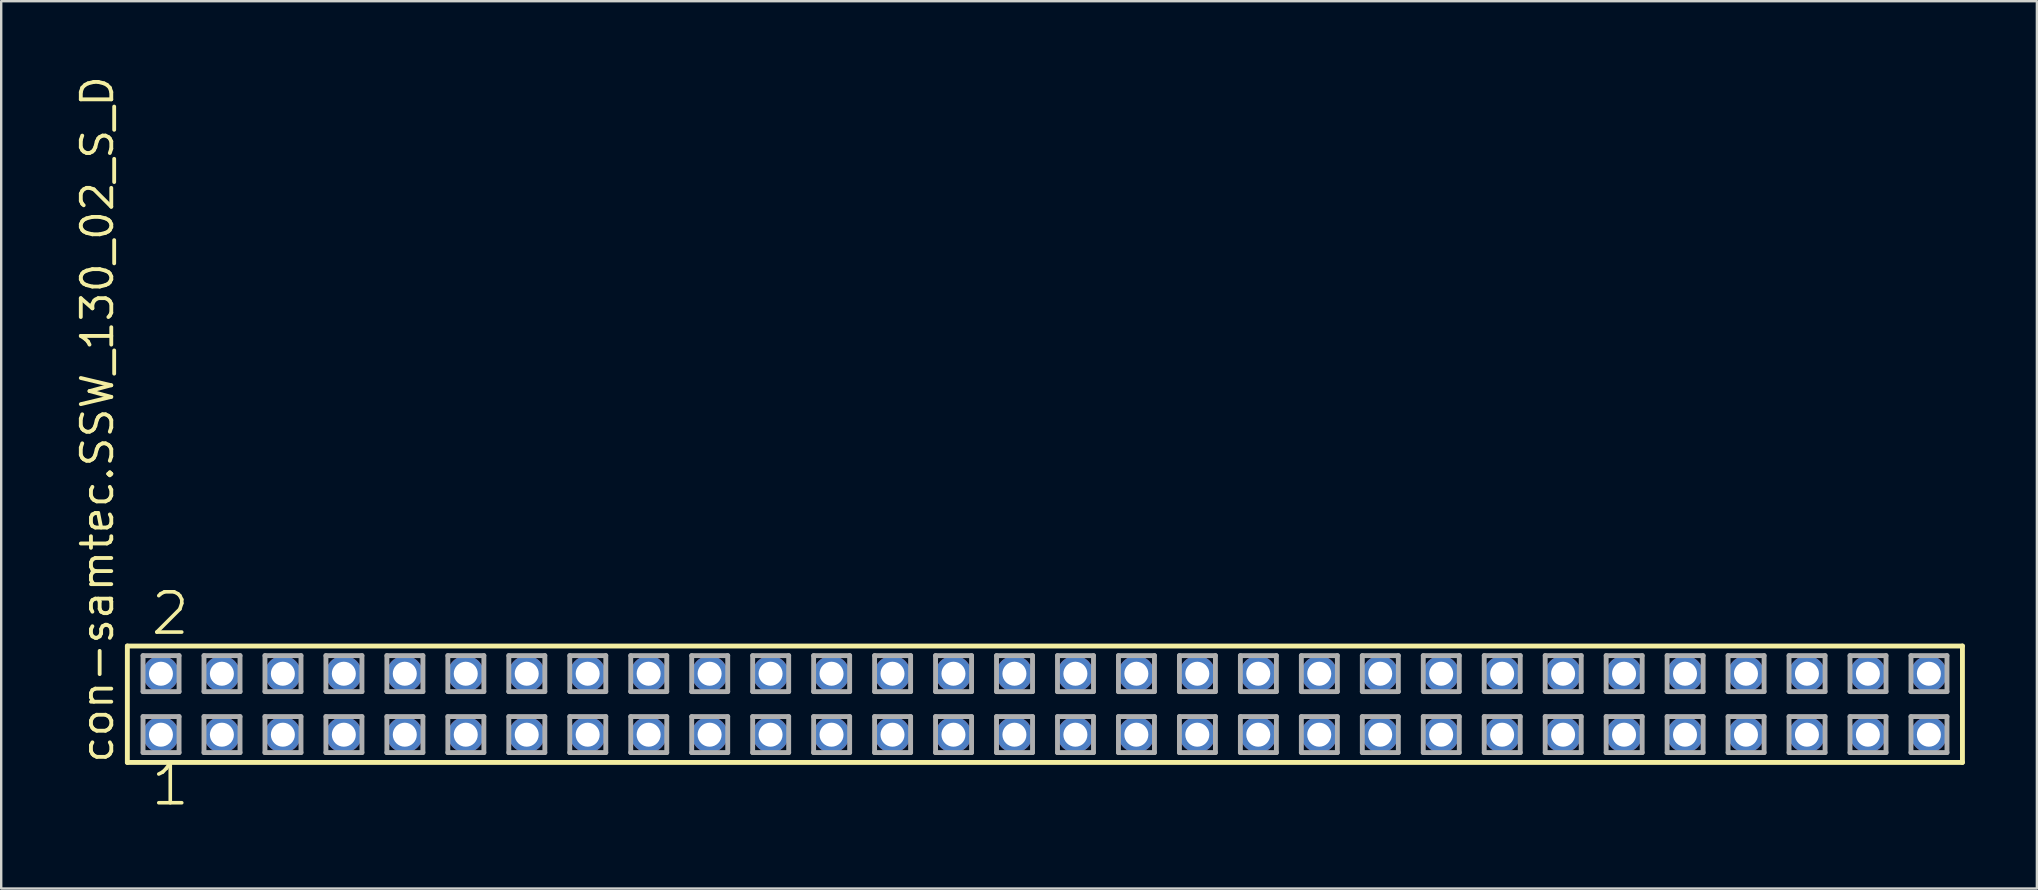
<source format=kicad_pcb>
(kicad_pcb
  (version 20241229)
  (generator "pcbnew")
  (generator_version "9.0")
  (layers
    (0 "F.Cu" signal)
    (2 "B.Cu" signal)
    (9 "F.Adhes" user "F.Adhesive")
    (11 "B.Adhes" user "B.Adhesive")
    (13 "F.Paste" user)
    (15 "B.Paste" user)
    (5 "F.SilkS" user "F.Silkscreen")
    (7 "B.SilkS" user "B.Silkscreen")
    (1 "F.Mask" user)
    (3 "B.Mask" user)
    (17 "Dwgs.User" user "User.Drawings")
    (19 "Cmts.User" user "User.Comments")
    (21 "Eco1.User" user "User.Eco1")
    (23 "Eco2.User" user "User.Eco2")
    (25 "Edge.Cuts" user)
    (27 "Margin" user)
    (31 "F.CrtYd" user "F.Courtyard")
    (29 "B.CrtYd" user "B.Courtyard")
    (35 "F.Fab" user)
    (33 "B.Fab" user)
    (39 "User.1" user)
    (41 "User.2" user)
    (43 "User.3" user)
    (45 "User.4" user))
  (footprint "con-samtec.SSW_130_02_S_D"
    (layer "F.Cu")
    (at 40.485 26.291)
    (property "Reference" "con-samtec.SSW_130_02_S_D" (at -38.735 2.54 90) (layer "F.SilkS") (effects (font (size 1.27 1.27) (thickness 0.16)) (justify left bottom)))
    (attr through_hole)
    (fp_line (start -38.229 -2.425) (end 38.229 -2.425) (stroke (width 0.203) (type default)) (layer "F.SilkS"))
    (fp_line (start -38.229 2.425) (end -38.229 -2.425) (stroke (width 0.203) (type default)) (layer "F.SilkS"))
    (fp_line (start 38.229 -2.425) (end 38.229 2.425) (stroke (width 0.203) (type default)) (layer "F.SilkS"))
    (fp_line (start 38.229 2.425) (end -38.229 2.425) (stroke (width 0.203) (type default)) (layer "F.SilkS"))
    (fp_line (start -37.575 -2.025) (end -36.075 -2.025) (stroke (width 0.203) (type default)) (layer "F.Fab"))
    (fp_line (start -37.575 -0.525) (end -37.575 -2.025) (stroke (width 0.203) (type default)) (layer "F.Fab"))
    (fp_line (start -37.575 0.515) (end -36.075 0.515) (stroke (width 0.203) (type default)) (layer "F.Fab"))
    (fp_line (start -37.575 2.015) (end -37.575 0.515) (stroke (width 0.203) (type default)) (layer "F.Fab"))
    (fp_line (start -36.075 -2.025) (end -36.075 -0.525) (stroke (width 0.203) (type default)) (layer "F.Fab"))
    (fp_line (start -36.075 -0.525) (end -37.575 -0.525) (stroke (width 0.203) (type default)) (layer "F.Fab"))
    (fp_line (start -36.075 0.515) (end -36.075 2.015) (stroke (width 0.203) (type default)) (layer "F.Fab"))
    (fp_line (start -36.075 2.015) (end -37.575 2.015) (stroke (width 0.203) (type default)) (layer "F.Fab"))
    (fp_line (start -35.035 -2.025) (end -33.535 -2.025) (stroke (width 0.203) (type default)) (layer "F.Fab"))
    (fp_line (start -35.035 -0.525) (end -35.035 -2.025) (stroke (width 0.203) (type default)) (layer "F.Fab"))
    (fp_line (start -35.035 0.515) (end -33.535 0.515) (stroke (width 0.203) (type default)) (layer "F.Fab"))
    (fp_line (start -35.035 2.015) (end -35.035 0.515) (stroke (width 0.203) (type default)) (layer "F.Fab"))
    (fp_line (start -33.535 -2.025) (end -33.535 -0.525) (stroke (width 0.203) (type default)) (layer "F.Fab"))
    (fp_line (start -33.535 -0.525) (end -35.035 -0.525) (stroke (width 0.203) (type default)) (layer "F.Fab"))
    (fp_line (start -33.535 0.515) (end -33.535 2.015) (stroke (width 0.203) (type default)) (layer "F.Fab"))
    (fp_line (start -33.535 2.015) (end -35.035 2.015) (stroke (width 0.203) (type default)) (layer "F.Fab"))
    (fp_line (start -32.495 -2.025) (end -30.995 -2.025) (stroke (width 0.203) (type default)) (layer "F.Fab"))
    (fp_line (start -32.495 -0.525) (end -32.495 -2.025) (stroke (width 0.203) (type default)) (layer "F.Fab"))
    (fp_line (start -32.495 0.515) (end -30.995 0.515) (stroke (width 0.203) (type default)) (layer "F.Fab"))
    (fp_line (start -32.495 2.015) (end -32.495 0.515) (stroke (width 0.203) (type default)) (layer "F.Fab"))
    (fp_line (start -30.995 -2.025) (end -30.995 -0.525) (stroke (width 0.203) (type default)) (layer "F.Fab"))
    (fp_line (start -30.995 -0.525) (end -32.495 -0.525) (stroke (width 0.203) (type default)) (layer "F.Fab"))
    (fp_line (start -30.995 0.515) (end -30.995 2.015) (stroke (width 0.203) (type default)) (layer "F.Fab"))
    (fp_line (start -30.995 2.015) (end -32.495 2.015) (stroke (width 0.203) (type default)) (layer "F.Fab"))
    (fp_line (start -29.955 -2.025) (end -28.455 -2.025) (stroke (width 0.203) (type default)) (layer "F.Fab"))
    (fp_line (start -29.955 -0.525) (end -29.955 -2.025) (stroke (width 0.203) (type default)) (layer "F.Fab"))
    (fp_line (start -29.955 0.515) (end -28.455 0.515) (stroke (width 0.203) (type default)) (layer "F.Fab"))
    (fp_line (start -29.955 2.015) (end -29.955 0.515) (stroke (width 0.203) (type default)) (layer "F.Fab"))
    (fp_line (start -28.455 -2.025) (end -28.455 -0.525) (stroke (width 0.203) (type default)) (layer "F.Fab"))
    (fp_line (start -28.455 -0.525) (end -29.955 -0.525) (stroke (width 0.203) (type default)) (layer "F.Fab"))
    (fp_line (start -28.455 0.515) (end -28.455 2.015) (stroke (width 0.203) (type default)) (layer "F.Fab"))
    (fp_line (start -28.455 2.015) (end -29.955 2.015) (stroke (width 0.203) (type default)) (layer "F.Fab"))
    (fp_line (start -27.415 -2.025) (end -25.915 -2.025) (stroke (width 0.203) (type default)) (layer "F.Fab"))
    (fp_line (start -27.415 -0.525) (end -27.415 -2.025) (stroke (width 0.203) (type default)) (layer "F.Fab"))
    (fp_line (start -27.415 0.515) (end -25.915 0.515) (stroke (width 0.203) (type default)) (layer "F.Fab"))
    (fp_line (start -27.415 2.015) (end -27.415 0.515) (stroke (width 0.203) (type default)) (layer "F.Fab"))
    (fp_line (start -25.915 -2.025) (end -25.915 -0.525) (stroke (width 0.203) (type default)) (layer "F.Fab"))
    (fp_line (start -25.915 -0.525) (end -27.415 -0.525) (stroke (width 0.203) (type default)) (layer "F.Fab"))
    (fp_line (start -25.915 0.515) (end -25.915 2.015) (stroke (width 0.203) (type default)) (layer "F.Fab"))
    (fp_line (start -25.915 2.015) (end -27.415 2.015) (stroke (width 0.203) (type default)) (layer "F.Fab"))
    (fp_line (start -24.875 -2.025) (end -23.375 -2.025) (stroke (width 0.203) (type default)) (layer "F.Fab"))
    (fp_line (start -24.875 -0.525) (end -24.875 -2.025) (stroke (width 0.203) (type default)) (layer "F.Fab"))
    (fp_line (start -24.875 0.515) (end -23.375 0.515) (stroke (width 0.203) (type default)) (layer "F.Fab"))
    (fp_line (start -24.875 2.015) (end -24.875 0.515) (stroke (width 0.203) (type default)) (layer "F.Fab"))
    (fp_line (start -23.375 -2.025) (end -23.375 -0.525) (stroke (width 0.203) (type default)) (layer "F.Fab"))
    (fp_line (start -23.375 -0.525) (end -24.875 -0.525) (stroke (width 0.203) (type default)) (layer "F.Fab"))
    (fp_line (start -23.375 0.515) (end -23.375 2.015) (stroke (width 0.203) (type default)) (layer "F.Fab"))
    (fp_line (start -23.375 2.015) (end -24.875 2.015) (stroke (width 0.203) (type default)) (layer "F.Fab"))
    (fp_line (start -22.335 -2.025) (end -20.835 -2.025) (stroke (width 0.203) (type default)) (layer "F.Fab"))
    (fp_line (start -22.335 -0.525) (end -22.335 -2.025) (stroke (width 0.203) (type default)) (layer "F.Fab"))
    (fp_line (start -22.335 0.515) (end -20.835 0.515) (stroke (width 0.203) (type default)) (layer "F.Fab"))
    (fp_line (start -22.335 2.015) (end -22.335 0.515) (stroke (width 0.203) (type default)) (layer "F.Fab"))
    (fp_line (start -20.835 -2.025) (end -20.835 -0.525) (stroke (width 0.203) (type default)) (layer "F.Fab"))
    (fp_line (start -20.835 -0.525) (end -22.335 -0.525) (stroke (width 0.203) (type default)) (layer "F.Fab"))
    (fp_line (start -20.835 0.515) (end -20.835 2.015) (stroke (width 0.203) (type default)) (layer "F.Fab"))
    (fp_line (start -20.835 2.015) (end -22.335 2.015) (stroke (width 0.203) (type default)) (layer "F.Fab"))
    (fp_line (start -19.795 -2.025) (end -18.295 -2.025) (stroke (width 0.203) (type default)) (layer "F.Fab"))
    (fp_line (start -19.795 -0.525) (end -19.795 -2.025) (stroke (width 0.203) (type default)) (layer "F.Fab"))
    (fp_line (start -19.795 0.515) (end -18.295 0.515) (stroke (width 0.203) (type default)) (layer "F.Fab"))
    (fp_line (start -19.795 2.015) (end -19.795 0.515) (stroke (width 0.203) (type default)) (layer "F.Fab"))
    (fp_line (start -18.295 -2.025) (end -18.295 -0.525) (stroke (width 0.203) (type default)) (layer "F.Fab"))
    (fp_line (start -18.295 -0.525) (end -19.795 -0.525) (stroke (width 0.203) (type default)) (layer "F.Fab"))
    (fp_line (start -18.295 0.515) (end -18.295 2.015) (stroke (width 0.203) (type default)) (layer "F.Fab"))
    (fp_line (start -18.295 2.015) (end -19.795 2.015) (stroke (width 0.203) (type default)) (layer "F.Fab"))
    (fp_line (start -17.255 -2.025) (end -15.755 -2.025) (stroke (width 0.203) (type default)) (layer "F.Fab"))
    (fp_line (start -17.255 -0.525) (end -17.255 -2.025) (stroke (width 0.203) (type default)) (layer "F.Fab"))
    (fp_line (start -17.255 0.515) (end -15.755 0.515) (stroke (width 0.203) (type default)) (layer "F.Fab"))
    (fp_line (start -17.255 2.015) (end -17.255 0.515) (stroke (width 0.203) (type default)) (layer "F.Fab"))
    (fp_line (start -15.755 -2.025) (end -15.755 -0.525) (stroke (width 0.203) (type default)) (layer "F.Fab"))
    (fp_line (start -15.755 -0.525) (end -17.255 -0.525) (stroke (width 0.203) (type default)) (layer "F.Fab"))
    (fp_line (start -15.755 0.515) (end -15.755 2.015) (stroke (width 0.203) (type default)) (layer "F.Fab"))
    (fp_line (start -15.755 2.015) (end -17.255 2.015) (stroke (width 0.203) (type default)) (layer "F.Fab"))
    (fp_line (start -14.715 -2.025) (end -13.215 -2.025) (stroke (width 0.203) (type default)) (layer "F.Fab"))
    (fp_line (start -14.715 -0.525) (end -14.715 -2.025) (stroke (width 0.203) (type default)) (layer "F.Fab"))
    (fp_line (start -14.715 0.515) (end -13.215 0.515) (stroke (width 0.203) (type default)) (layer "F.Fab"))
    (fp_line (start -14.715 2.015) (end -14.715 0.515) (stroke (width 0.203) (type default)) (layer "F.Fab"))
    (fp_line (start -13.215 -2.025) (end -13.215 -0.525) (stroke (width 0.203) (type default)) (layer "F.Fab"))
    (fp_line (start -13.215 -0.525) (end -14.715 -0.525) (stroke (width 0.203) (type default)) (layer "F.Fab"))
    (fp_line (start -13.215 0.515) (end -13.215 2.015) (stroke (width 0.203) (type default)) (layer "F.Fab"))
    (fp_line (start -13.215 2.015) (end -14.715 2.015) (stroke (width 0.203) (type default)) (layer "F.Fab"))
    (fp_line (start -12.175 -2.025) (end -10.675 -2.025) (stroke (width 0.203) (type default)) (layer "F.Fab"))
    (fp_line (start -12.175 -0.525) (end -12.175 -2.025) (stroke (width 0.203) (type default)) (layer "F.Fab"))
    (fp_line (start -12.175 0.515) (end -10.675 0.515) (stroke (width 0.203) (type default)) (layer "F.Fab"))
    (fp_line (start -12.175 2.015) (end -12.175 0.515) (stroke (width 0.203) (type default)) (layer "F.Fab"))
    (fp_line (start -10.675 -2.025) (end -10.675 -0.525) (stroke (width 0.203) (type default)) (layer "F.Fab"))
    (fp_line (start -10.675 -0.525) (end -12.175 -0.525) (stroke (width 0.203) (type default)) (layer "F.Fab"))
    (fp_line (start -10.675 0.515) (end -10.675 2.015) (stroke (width 0.203) (type default)) (layer "F.Fab"))
    (fp_line (start -10.675 2.015) (end -12.175 2.015) (stroke (width 0.203) (type default)) (layer "F.Fab"))
    (fp_line (start -9.635 -2.025) (end -8.135 -2.025) (stroke (width 0.203) (type default)) (layer "F.Fab"))
    (fp_line (start -9.635 -0.525) (end -9.635 -2.025) (stroke (width 0.203) (type default)) (layer "F.Fab"))
    (fp_line (start -9.635 0.515) (end -8.135 0.515) (stroke (width 0.203) (type default)) (layer "F.Fab"))
    (fp_line (start -9.635 2.015) (end -9.635 0.515) (stroke (width 0.203) (type default)) (layer "F.Fab"))
    (fp_line (start -8.135 -2.025) (end -8.135 -0.525) (stroke (width 0.203) (type default)) (layer "F.Fab"))
    (fp_line (start -8.135 -0.525) (end -9.635 -0.525) (stroke (width 0.203) (type default)) (layer "F.Fab"))
    (fp_line (start -8.135 0.515) (end -8.135 2.015) (stroke (width 0.203) (type default)) (layer "F.Fab"))
    (fp_line (start -8.135 2.015) (end -9.635 2.015) (stroke (width 0.203) (type default)) (layer "F.Fab"))
    (fp_line (start -7.095 -2.025) (end -5.595 -2.025) (stroke (width 0.203) (type default)) (layer "F.Fab"))
    (fp_line (start -7.095 -0.525) (end -7.095 -2.025) (stroke (width 0.203) (type default)) (layer "F.Fab"))
    (fp_line (start -7.095 0.515) (end -5.595 0.515) (stroke (width 0.203) (type default)) (layer "F.Fab"))
    (fp_line (start -7.095 2.015) (end -7.095 0.515) (stroke (width 0.203) (type default)) (layer "F.Fab"))
    (fp_line (start -5.595 -2.025) (end -5.595 -0.525) (stroke (width 0.203) (type default)) (layer "F.Fab"))
    (fp_line (start -5.595 -0.525) (end -7.095 -0.525) (stroke (width 0.203) (type default)) (layer "F.Fab"))
    (fp_line (start -5.595 0.515) (end -5.595 2.015) (stroke (width 0.203) (type default)) (layer "F.Fab"))
    (fp_line (start -5.595 2.015) (end -7.095 2.015) (stroke (width 0.203) (type default)) (layer "F.Fab"))
    (fp_line (start -4.555 -2.025) (end -3.055 -2.025) (stroke (width 0.203) (type default)) (layer "F.Fab"))
    (fp_line (start -4.555 -0.525) (end -4.555 -2.025) (stroke (width 0.203) (type default)) (layer "F.Fab"))
    (fp_line (start -4.555 0.515) (end -3.055 0.515) (stroke (width 0.203) (type default)) (layer "F.Fab"))
    (fp_line (start -4.555 2.015) (end -4.555 0.515) (stroke (width 0.203) (type default)) (layer "F.Fab"))
    (fp_line (start -3.055 -2.025) (end -3.055 -0.525) (stroke (width 0.203) (type default)) (layer "F.Fab"))
    (fp_line (start -3.055 -0.525) (end -4.555 -0.525) (stroke (width 0.203) (type default)) (layer "F.Fab"))
    (fp_line (start -3.055 0.515) (end -3.055 2.015) (stroke (width 0.203) (type default)) (layer "F.Fab"))
    (fp_line (start -3.055 2.015) (end -4.555 2.015) (stroke (width 0.203) (type default)) (layer "F.Fab"))
    (fp_line (start -2.015 -2.025) (end -0.515 -2.025) (stroke (width 0.203) (type default)) (layer "F.Fab"))
    (fp_line (start -2.015 -0.525) (end -2.015 -2.025) (stroke (width 0.203) (type default)) (layer "F.Fab"))
    (fp_line (start -2.015 0.515) (end -0.515 0.515) (stroke (width 0.203) (type default)) (layer "F.Fab"))
    (fp_line (start -2.015 2.015) (end -2.015 0.515) (stroke (width 0.203) (type default)) (layer "F.Fab"))
    (fp_line (start -0.515 -2.025) (end -0.515 -0.525) (stroke (width 0.203) (type default)) (layer "F.Fab"))
    (fp_line (start -0.515 -0.525) (end -2.015 -0.525) (stroke (width 0.203) (type default)) (layer "F.Fab"))
    (fp_line (start -0.515 0.515) (end -0.515 2.015) (stroke (width 0.203) (type default)) (layer "F.Fab"))
    (fp_line (start -0.515 2.015) (end -2.015 2.015) (stroke (width 0.203) (type default)) (layer "F.Fab"))
    (fp_line (start 0.525 -2.025) (end 2.025 -2.025) (stroke (width 0.203) (type default)) (layer "F.Fab"))
    (fp_line (start 0.525 -0.525) (end 0.525 -2.025) (stroke (width 0.203) (type default)) (layer "F.Fab"))
    (fp_line (start 0.525 0.515) (end 2.025 0.515) (stroke (width 0.203) (type default)) (layer "F.Fab"))
    (fp_line (start 0.525 2.015) (end 0.525 0.515) (stroke (width 0.203) (type default)) (layer "F.Fab"))
    (fp_line (start 2.025 -2.025) (end 2.025 -0.525) (stroke (width 0.203) (type default)) (layer "F.Fab"))
    (fp_line (start 2.025 -0.525) (end 0.525 -0.525) (stroke (width 0.203) (type default)) (layer "F.Fab"))
    (fp_line (start 2.025 0.515) (end 2.025 2.015) (stroke (width 0.203) (type default)) (layer "F.Fab"))
    (fp_line (start 2.025 2.015) (end 0.525 2.015) (stroke (width 0.203) (type default)) (layer "F.Fab"))
    (fp_line (start 3.065 -2.025) (end 4.565 -2.025) (stroke (width 0.203) (type default)) (layer "F.Fab"))
    (fp_line (start 3.065 -0.525) (end 3.065 -2.025) (stroke (width 0.203) (type default)) (layer "F.Fab"))
    (fp_line (start 3.065 0.515) (end 4.565 0.515) (stroke (width 0.203) (type default)) (layer "F.Fab"))
    (fp_line (start 3.065 2.015) (end 3.065 0.515) (stroke (width 0.203) (type default)) (layer "F.Fab"))
    (fp_line (start 4.565 -2.025) (end 4.565 -0.525) (stroke (width 0.203) (type default)) (layer "F.Fab"))
    (fp_line (start 4.565 -0.525) (end 3.065 -0.525) (stroke (width 0.203) (type default)) (layer "F.Fab"))
    (fp_line (start 4.565 0.515) (end 4.565 2.015) (stroke (width 0.203) (type default)) (layer "F.Fab"))
    (fp_line (start 4.565 2.015) (end 3.065 2.015) (stroke (width 0.203) (type default)) (layer "F.Fab"))
    (fp_line (start 5.605 -2.025) (end 7.105 -2.025) (stroke (width 0.203) (type default)) (layer "F.Fab"))
    (fp_line (start 5.605 -0.525) (end 5.605 -2.025) (stroke (width 0.203) (type default)) (layer "F.Fab"))
    (fp_line (start 5.605 0.515) (end 7.105 0.515) (stroke (width 0.203) (type default)) (layer "F.Fab"))
    (fp_line (start 5.605 2.015) (end 5.605 0.515) (stroke (width 0.203) (type default)) (layer "F.Fab"))
    (fp_line (start 7.105 -2.025) (end 7.105 -0.525) (stroke (width 0.203) (type default)) (layer "F.Fab"))
    (fp_line (start 7.105 -0.525) (end 5.605 -0.525) (stroke (width 0.203) (type default)) (layer "F.Fab"))
    (fp_line (start 7.105 0.515) (end 7.105 2.015) (stroke (width 0.203) (type default)) (layer "F.Fab"))
    (fp_line (start 7.105 2.015) (end 5.605 2.015) (stroke (width 0.203) (type default)) (layer "F.Fab"))
    (fp_line (start 8.145 -2.025) (end 9.645 -2.025) (stroke (width 0.203) (type default)) (layer "F.Fab"))
    (fp_line (start 8.145 -0.525) (end 8.145 -2.025) (stroke (width 0.203) (type default)) (layer "F.Fab"))
    (fp_line (start 8.145 0.515) (end 9.645 0.515) (stroke (width 0.203) (type default)) (layer "F.Fab"))
    (fp_line (start 8.145 2.015) (end 8.145 0.515) (stroke (width 0.203) (type default)) (layer "F.Fab"))
    (fp_line (start 9.645 -2.025) (end 9.645 -0.525) (stroke (width 0.203) (type default)) (layer "F.Fab"))
    (fp_line (start 9.645 -0.525) (end 8.145 -0.525) (stroke (width 0.203) (type default)) (layer "F.Fab"))
    (fp_line (start 9.645 0.515) (end 9.645 2.015) (stroke (width 0.203) (type default)) (layer "F.Fab"))
    (fp_line (start 9.645 2.015) (end 8.145 2.015) (stroke (width 0.203) (type default)) (layer "F.Fab"))
    (fp_line (start 10.685 -2.025) (end 12.185 -2.025) (stroke (width 0.203) (type default)) (layer "F.Fab"))
    (fp_line (start 10.685 -0.525) (end 10.685 -2.025) (stroke (width 0.203) (type default)) (layer "F.Fab"))
    (fp_line (start 10.685 0.515) (end 12.185 0.515) (stroke (width 0.203) (type default)) (layer "F.Fab"))
    (fp_line (start 10.685 2.015) (end 10.685 0.515) (stroke (width 0.203) (type default)) (layer "F.Fab"))
    (fp_line (start 12.185 -2.025) (end 12.185 -0.525) (stroke (width 0.203) (type default)) (layer "F.Fab"))
    (fp_line (start 12.185 -0.525) (end 10.685 -0.525) (stroke (width 0.203) (type default)) (layer "F.Fab"))
    (fp_line (start 12.185 0.515) (end 12.185 2.015) (stroke (width 0.203) (type default)) (layer "F.Fab"))
    (fp_line (start 12.185 2.015) (end 10.685 2.015) (stroke (width 0.203) (type default)) (layer "F.Fab"))
    (fp_line (start 13.225 -2.025) (end 14.725 -2.025) (stroke (width 0.203) (type default)) (layer "F.Fab"))
    (fp_line (start 13.225 -0.525) (end 13.225 -2.025) (stroke (width 0.203) (type default)) (layer "F.Fab"))
    (fp_line (start 13.225 0.515) (end 14.725 0.515) (stroke (width 0.203) (type default)) (layer "F.Fab"))
    (fp_line (start 13.225 2.015) (end 13.225 0.515) (stroke (width 0.203) (type default)) (layer "F.Fab"))
    (fp_line (start 14.725 -2.025) (end 14.725 -0.525) (stroke (width 0.203) (type default)) (layer "F.Fab"))
    (fp_line (start 14.725 -0.525) (end 13.225 -0.525) (stroke (width 0.203) (type default)) (layer "F.Fab"))
    (fp_line (start 14.725 0.515) (end 14.725 2.015) (stroke (width 0.203) (type default)) (layer "F.Fab"))
    (fp_line (start 14.725 2.015) (end 13.225 2.015) (stroke (width 0.203) (type default)) (layer "F.Fab"))
    (fp_line (start 15.765 -2.025) (end 17.265 -2.025) (stroke (width 0.203) (type default)) (layer "F.Fab"))
    (fp_line (start 15.765 -0.525) (end 15.765 -2.025) (stroke (width 0.203) (type default)) (layer "F.Fab"))
    (fp_line (start 15.765 0.515) (end 17.265 0.515) (stroke (width 0.203) (type default)) (layer "F.Fab"))
    (fp_line (start 15.765 2.015) (end 15.765 0.515) (stroke (width 0.203) (type default)) (layer "F.Fab"))
    (fp_line (start 17.265 -2.025) (end 17.265 -0.525) (stroke (width 0.203) (type default)) (layer "F.Fab"))
    (fp_line (start 17.265 -0.525) (end 15.765 -0.525) (stroke (width 0.203) (type default)) (layer "F.Fab"))
    (fp_line (start 17.265 0.515) (end 17.265 2.015) (stroke (width 0.203) (type default)) (layer "F.Fab"))
    (fp_line (start 17.265 2.015) (end 15.765 2.015) (stroke (width 0.203) (type default)) (layer "F.Fab"))
    (fp_line (start 18.305 -2.025) (end 19.805 -2.025) (stroke (width 0.203) (type default)) (layer "F.Fab"))
    (fp_line (start 18.305 -0.525) (end 18.305 -2.025) (stroke (width 0.203) (type default)) (layer "F.Fab"))
    (fp_line (start 18.305 0.515) (end 19.805 0.515) (stroke (width 0.203) (type default)) (layer "F.Fab"))
    (fp_line (start 18.305 2.015) (end 18.305 0.515) (stroke (width 0.203) (type default)) (layer "F.Fab"))
    (fp_line (start 19.805 -2.025) (end 19.805 -0.525) (stroke (width 0.203) (type default)) (layer "F.Fab"))
    (fp_line (start 19.805 -0.525) (end 18.305 -0.525) (stroke (width 0.203) (type default)) (layer "F.Fab"))
    (fp_line (start 19.805 0.515) (end 19.805 2.015) (stroke (width 0.203) (type default)) (layer "F.Fab"))
    (fp_line (start 19.805 2.015) (end 18.305 2.015) (stroke (width 0.203) (type default)) (layer "F.Fab"))
    (fp_line (start 20.845 -2.025) (end 22.345 -2.025) (stroke (width 0.203) (type default)) (layer "F.Fab"))
    (fp_line (start 20.845 -0.525) (end 20.845 -2.025) (stroke (width 0.203) (type default)) (layer "F.Fab"))
    (fp_line (start 20.845 0.515) (end 22.345 0.515) (stroke (width 0.203) (type default)) (layer "F.Fab"))
    (fp_line (start 20.845 2.015) (end 20.845 0.515) (stroke (width 0.203) (type default)) (layer "F.Fab"))
    (fp_line (start 22.345 -2.025) (end 22.345 -0.525) (stroke (width 0.203) (type default)) (layer "F.Fab"))
    (fp_line (start 22.345 -0.525) (end 20.845 -0.525) (stroke (width 0.203) (type default)) (layer "F.Fab"))
    (fp_line (start 22.345 0.515) (end 22.345 2.015) (stroke (width 0.203) (type default)) (layer "F.Fab"))
    (fp_line (start 22.345 2.015) (end 20.845 2.015) (stroke (width 0.203) (type default)) (layer "F.Fab"))
    (fp_line (start 23.385 -2.025) (end 24.885 -2.025) (stroke (width 0.203) (type default)) (layer "F.Fab"))
    (fp_line (start 23.385 -0.525) (end 23.385 -2.025) (stroke (width 0.203) (type default)) (layer "F.Fab"))
    (fp_line (start 23.385 0.515) (end 24.885 0.515) (stroke (width 0.203) (type default)) (layer "F.Fab"))
    (fp_line (start 23.385 2.015) (end 23.385 0.515) (stroke (width 0.203) (type default)) (layer "F.Fab"))
    (fp_line (start 24.885 -2.025) (end 24.885 -0.525) (stroke (width 0.203) (type default)) (layer "F.Fab"))
    (fp_line (start 24.885 -0.525) (end 23.385 -0.525) (stroke (width 0.203) (type default)) (layer "F.Fab"))
    (fp_line (start 24.885 0.515) (end 24.885 2.015) (stroke (width 0.203) (type default)) (layer "F.Fab"))
    (fp_line (start 24.885 2.015) (end 23.385 2.015) (stroke (width 0.203) (type default)) (layer "F.Fab"))
    (fp_line (start 25.925 -2.025) (end 27.425 -2.025) (stroke (width 0.203) (type default)) (layer "F.Fab"))
    (fp_line (start 25.925 -0.525) (end 25.925 -2.025) (stroke (width 0.203) (type default)) (layer "F.Fab"))
    (fp_line (start 25.925 0.515) (end 27.425 0.515) (stroke (width 0.203) (type default)) (layer "F.Fab"))
    (fp_line (start 25.925 2.015) (end 25.925 0.515) (stroke (width 0.203) (type default)) (layer "F.Fab"))
    (fp_line (start 27.425 -2.025) (end 27.425 -0.525) (stroke (width 0.203) (type default)) (layer "F.Fab"))
    (fp_line (start 27.425 -0.525) (end 25.925 -0.525) (stroke (width 0.203) (type default)) (layer "F.Fab"))
    (fp_line (start 27.425 0.515) (end 27.425 2.015) (stroke (width 0.203) (type default)) (layer "F.Fab"))
    (fp_line (start 27.425 2.015) (end 25.925 2.015) (stroke (width 0.203) (type default)) (layer "F.Fab"))
    (fp_line (start 28.465 -2.025) (end 29.965 -2.025) (stroke (width 0.203) (type default)) (layer "F.Fab"))
    (fp_line (start 28.465 -0.525) (end 28.465 -2.025) (stroke (width 0.203) (type default)) (layer "F.Fab"))
    (fp_line (start 28.465 0.515) (end 29.965 0.515) (stroke (width 0.203) (type default)) (layer "F.Fab"))
    (fp_line (start 28.465 2.015) (end 28.465 0.515) (stroke (width 0.203) (type default)) (layer "F.Fab"))
    (fp_line (start 29.965 -2.025) (end 29.965 -0.525) (stroke (width 0.203) (type default)) (layer "F.Fab"))
    (fp_line (start 29.965 -0.525) (end 28.465 -0.525) (stroke (width 0.203) (type default)) (layer "F.Fab"))
    (fp_line (start 29.965 0.515) (end 29.965 2.015) (stroke (width 0.203) (type default)) (layer "F.Fab"))
    (fp_line (start 29.965 2.015) (end 28.465 2.015) (stroke (width 0.203) (type default)) (layer "F.Fab"))
    (fp_line (start 31.005 -2.025) (end 32.505 -2.025) (stroke (width 0.203) (type default)) (layer "F.Fab"))
    (fp_line (start 31.005 -0.525) (end 31.005 -2.025) (stroke (width 0.203) (type default)) (layer "F.Fab"))
    (fp_line (start 31.005 0.515) (end 32.505 0.515) (stroke (width 0.203) (type default)) (layer "F.Fab"))
    (fp_line (start 31.005 2.015) (end 31.005 0.515) (stroke (width 0.203) (type default)) (layer "F.Fab"))
    (fp_line (start 32.505 -2.025) (end 32.505 -0.525) (stroke (width 0.203) (type default)) (layer "F.Fab"))
    (fp_line (start 32.505 -0.525) (end 31.005 -0.525) (stroke (width 0.203) (type default)) (layer "F.Fab"))
    (fp_line (start 32.505 0.515) (end 32.505 2.015) (stroke (width 0.203) (type default)) (layer "F.Fab"))
    (fp_line (start 32.505 2.015) (end 31.005 2.015) (stroke (width 0.203) (type default)) (layer "F.Fab"))
    (fp_line (start 33.545 -2.025) (end 35.045 -2.025) (stroke (width 0.203) (type default)) (layer "F.Fab"))
    (fp_line (start 33.545 -0.525) (end 33.545 -2.025) (stroke (width 0.203) (type default)) (layer "F.Fab"))
    (fp_line (start 33.545 0.515) (end 35.045 0.515) (stroke (width 0.203) (type default)) (layer "F.Fab"))
    (fp_line (start 33.545 2.015) (end 33.545 0.515) (stroke (width 0.203) (type default)) (layer "F.Fab"))
    (fp_line (start 35.045 -2.025) (end 35.045 -0.525) (stroke (width 0.203) (type default)) (layer "F.Fab"))
    (fp_line (start 35.045 -0.525) (end 33.545 -0.525) (stroke (width 0.203) (type default)) (layer "F.Fab"))
    (fp_line (start 35.045 0.515) (end 35.045 2.015) (stroke (width 0.203) (type default)) (layer "F.Fab"))
    (fp_line (start 35.045 2.015) (end 33.545 2.015) (stroke (width 0.203) (type default)) (layer "F.Fab"))
    (fp_line (start 36.085 -2.025) (end 37.585 -2.025) (stroke (width 0.203) (type default)) (layer "F.Fab"))
    (fp_line (start 36.085 -0.525) (end 36.085 -2.025) (stroke (width 0.203) (type default)) (layer "F.Fab"))
    (fp_line (start 36.085 0.515) (end 37.585 0.515) (stroke (width 0.203) (type default)) (layer "F.Fab"))
    (fp_line (start 36.085 2.015) (end 36.085 0.515) (stroke (width 0.203) (type default)) (layer "F.Fab"))
    (fp_line (start 37.585 -2.025) (end 37.585 -0.525) (stroke (width 0.203) (type default)) (layer "F.Fab"))
    (fp_line (start 37.585 -0.525) (end 36.085 -0.525) (stroke (width 0.203) (type default)) (layer "F.Fab"))
    (fp_line (start 37.585 0.515) (end 37.585 2.015) (stroke (width 0.203) (type default)) (layer "F.Fab"))
    (fp_line (start 37.585 2.015) (end 36.085 2.015) (stroke (width 0.203) (type default)) (layer "F.Fab"))
    (fp_text user "2" (at -37.338 -2.794 0) (layer "F.SilkS") (effects (font (size 1.676 1.676) (thickness 0.15)) (justify left bottom)))
    (fp_text user "1" (at -37.338 4.318 0) (layer "F.SilkS") (effects (font (size 1.676 1.676) (thickness 0.15)) (justify left bottom)))
    (pad "1" thru_hole circle (at -36.83 1.27) (size 1.5 1.5) (drill 1) (layers "*.Cu" "*.Mask"))
    (pad "2" thru_hole circle (at -36.83 -1.27) (size 1.5 1.5) (drill 1) (layers "*.Cu" "*.Mask"))
    (pad "3" thru_hole circle (at -34.29 1.27) (size 1.5 1.5) (drill 1) (layers "*.Cu" "*.Mask"))
    (pad "4" thru_hole circle (at -34.29 -1.27) (size 1.5 1.5) (drill 1) (layers "*.Cu" "*.Mask"))
    (pad "5" thru_hole circle (at -31.75 1.27) (size 1.5 1.5) (drill 1) (layers "*.Cu" "*.Mask"))
    (pad "6" thru_hole circle (at -31.75 -1.27) (size 1.5 1.5) (drill 1) (layers "*.Cu" "*.Mask"))
    (pad "7" thru_hole circle (at -29.21 1.27) (size 1.5 1.5) (drill 1) (layers "*.Cu" "*.Mask"))
    (pad "8" thru_hole circle (at -29.21 -1.27) (size 1.5 1.5) (drill 1) (layers "*.Cu" "*.Mask"))
    (pad "9" thru_hole circle (at -26.67 1.27) (size 1.5 1.5) (drill 1) (layers "*.Cu" "*.Mask"))
    (pad "10" thru_hole circle (at -26.67 -1.27) (size 1.5 1.5) (drill 1) (layers "*.Cu" "*.Mask"))
    (pad "11" thru_hole circle (at -24.13 1.27) (size 1.5 1.5) (drill 1) (layers "*.Cu" "*.Mask"))
    (pad "12" thru_hole circle (at -24.13 -1.27) (size 1.5 1.5) (drill 1) (layers "*.Cu" "*.Mask"))
    (pad "13" thru_hole circle (at -21.59 1.27) (size 1.5 1.5) (drill 1) (layers "*.Cu" "*.Mask"))
    (pad "14" thru_hole circle (at -21.59 -1.27) (size 1.5 1.5) (drill 1) (layers "*.Cu" "*.Mask"))
    (pad "15" thru_hole circle (at -19.05 1.27) (size 1.5 1.5) (drill 1) (layers "*.Cu" "*.Mask"))
    (pad "16" thru_hole circle (at -19.05 -1.27) (size 1.5 1.5) (drill 1) (layers "*.Cu" "*.Mask"))
    (pad "17" thru_hole circle (at -16.51 1.27) (size 1.5 1.5) (drill 1) (layers "*.Cu" "*.Mask"))
    (pad "18" thru_hole circle (at -16.51 -1.27) (size 1.5 1.5) (drill 1) (layers "*.Cu" "*.Mask"))
    (pad "19" thru_hole circle (at -13.97 1.27) (size 1.5 1.5) (drill 1) (layers "*.Cu" "*.Mask"))
    (pad "20" thru_hole circle (at -13.97 -1.27) (size 1.5 1.5) (drill 1) (layers "*.Cu" "*.Mask"))
    (pad "21" thru_hole circle (at -11.43 1.27) (size 1.5 1.5) (drill 1) (layers "*.Cu" "*.Mask"))
    (pad "22" thru_hole circle (at -11.43 -1.27) (size 1.5 1.5) (drill 1) (layers "*.Cu" "*.Mask"))
    (pad "23" thru_hole circle (at -8.89 1.27) (size 1.5 1.5) (drill 1) (layers "*.Cu" "*.Mask"))
    (pad "24" thru_hole circle (at -8.89 -1.27) (size 1.5 1.5) (drill 1) (layers "*.Cu" "*.Mask"))
    (pad "25" thru_hole circle (at -6.35 1.27) (size 1.5 1.5) (drill 1) (layers "*.Cu" "*.Mask"))
    (pad "26" thru_hole circle (at -6.35 -1.27) (size 1.5 1.5) (drill 1) (layers "*.Cu" "*.Mask"))
    (pad "27" thru_hole circle (at -3.81 1.27) (size 1.5 1.5) (drill 1) (layers "*.Cu" "*.Mask"))
    (pad "28" thru_hole circle (at -3.81 -1.27) (size 1.5 1.5) (drill 1) (layers "*.Cu" "*.Mask"))
    (pad "29" thru_hole circle (at -1.27 1.27) (size 1.5 1.5) (drill 1) (layers "*.Cu" "*.Mask"))
    (pad "30" thru_hole circle (at -1.27 -1.27) (size 1.5 1.5) (drill 1) (layers "*.Cu" "*.Mask"))
    (pad "31" thru_hole circle (at 1.27 1.27) (size 1.5 1.5) (drill 1) (layers "*.Cu" "*.Mask"))
    (pad "32" thru_hole circle (at 1.27 -1.27) (size 1.5 1.5) (drill 1) (layers "*.Cu" "*.Mask"))
    (pad "33" thru_hole circle (at 3.81 1.27) (size 1.5 1.5) (drill 1) (layers "*.Cu" "*.Mask"))
    (pad "34" thru_hole circle (at 3.81 -1.27) (size 1.5 1.5) (drill 1) (layers "*.Cu" "*.Mask"))
    (pad "35" thru_hole circle (at 6.35 1.27) (size 1.5 1.5) (drill 1) (layers "*.Cu" "*.Mask"))
    (pad "36" thru_hole circle (at 6.35 -1.27) (size 1.5 1.5) (drill 1) (layers "*.Cu" "*.Mask"))
    (pad "37" thru_hole circle (at 8.89 1.27) (size 1.5 1.5) (drill 1) (layers "*.Cu" "*.Mask"))
    (pad "38" thru_hole circle (at 8.89 -1.27) (size 1.5 1.5) (drill 1) (layers "*.Cu" "*.Mask"))
    (pad "39" thru_hole circle (at 11.43 1.27) (size 1.5 1.5) (drill 1) (layers "*.Cu" "*.Mask"))
    (pad "40" thru_hole circle (at 11.43 -1.27) (size 1.5 1.5) (drill 1) (layers "*.Cu" "*.Mask"))
    (pad "41" thru_hole circle (at 13.97 1.27) (size 1.5 1.5) (drill 1) (layers "*.Cu" "*.Mask"))
    (pad "42" thru_hole circle (at 13.97 -1.27) (size 1.5 1.5) (drill 1) (layers "*.Cu" "*.Mask"))
    (pad "43" thru_hole circle (at 16.51 1.27) (size 1.5 1.5) (drill 1) (layers "*.Cu" "*.Mask"))
    (pad "44" thru_hole circle (at 16.51 -1.27) (size 1.5 1.5) (drill 1) (layers "*.Cu" "*.Mask"))
    (pad "45" thru_hole circle (at 19.05 1.27) (size 1.5 1.5) (drill 1) (layers "*.Cu" "*.Mask"))
    (pad "46" thru_hole circle (at 19.05 -1.27) (size 1.5 1.5) (drill 1) (layers "*.Cu" "*.Mask"))
    (pad "47" thru_hole circle (at 21.59 1.27) (size 1.5 1.5) (drill 1) (layers "*.Cu" "*.Mask"))
    (pad "48" thru_hole circle (at 21.59 -1.27) (size 1.5 1.5) (drill 1) (layers "*.Cu" "*.Mask"))
    (pad "49" thru_hole circle (at 24.13 1.27) (size 1.5 1.5) (drill 1) (layers "*.Cu" "*.Mask"))
    (pad "50" thru_hole circle (at 24.13 -1.27) (size 1.5 1.5) (drill 1) (layers "*.Cu" "*.Mask"))
    (pad "51" thru_hole circle (at 26.67 1.27) (size 1.5 1.5) (drill 1) (layers "*.Cu" "*.Mask"))
    (pad "52" thru_hole circle (at 26.67 -1.27) (size 1.5 1.5) (drill 1) (layers "*.Cu" "*.Mask"))
    (pad "53" thru_hole circle (at 29.21 1.27) (size 1.5 1.5) (drill 1) (layers "*.Cu" "*.Mask"))
    (pad "54" thru_hole circle (at 29.21 -1.27) (size 1.5 1.5) (drill 1) (layers "*.Cu" "*.Mask"))
    (pad "55" thru_hole circle (at 31.75 1.27) (size 1.5 1.5) (drill 1) (layers "*.Cu" "*.Mask"))
    (pad "56" thru_hole circle (at 31.75 -1.27) (size 1.5 1.5) (drill 1) (layers "*.Cu" "*.Mask"))
    (pad "57" thru_hole circle (at 34.29 1.27) (size 1.5 1.5) (drill 1) (layers "*.Cu" "*.Mask"))
    (pad "58" thru_hole circle (at 34.29 -1.27) (size 1.5 1.5) (drill 1) (layers "*.Cu" "*.Mask"))
    (pad "59" thru_hole circle (at 36.83 1.27) (size 1.5 1.5) (drill 1) (layers "*.Cu" "*.Mask"))
    (pad "60" thru_hole circle (at 36.83 -1.27) (size 1.5 1.5) (drill 1) (layers "*.Cu" "*.Mask")))
  (gr_rect
    (start -3 -3)
    (end 81.816 33.971)
    (stroke (width 0.1) (type default))
    (fill no)
    (layer "Edge.Cuts")))
</source>
